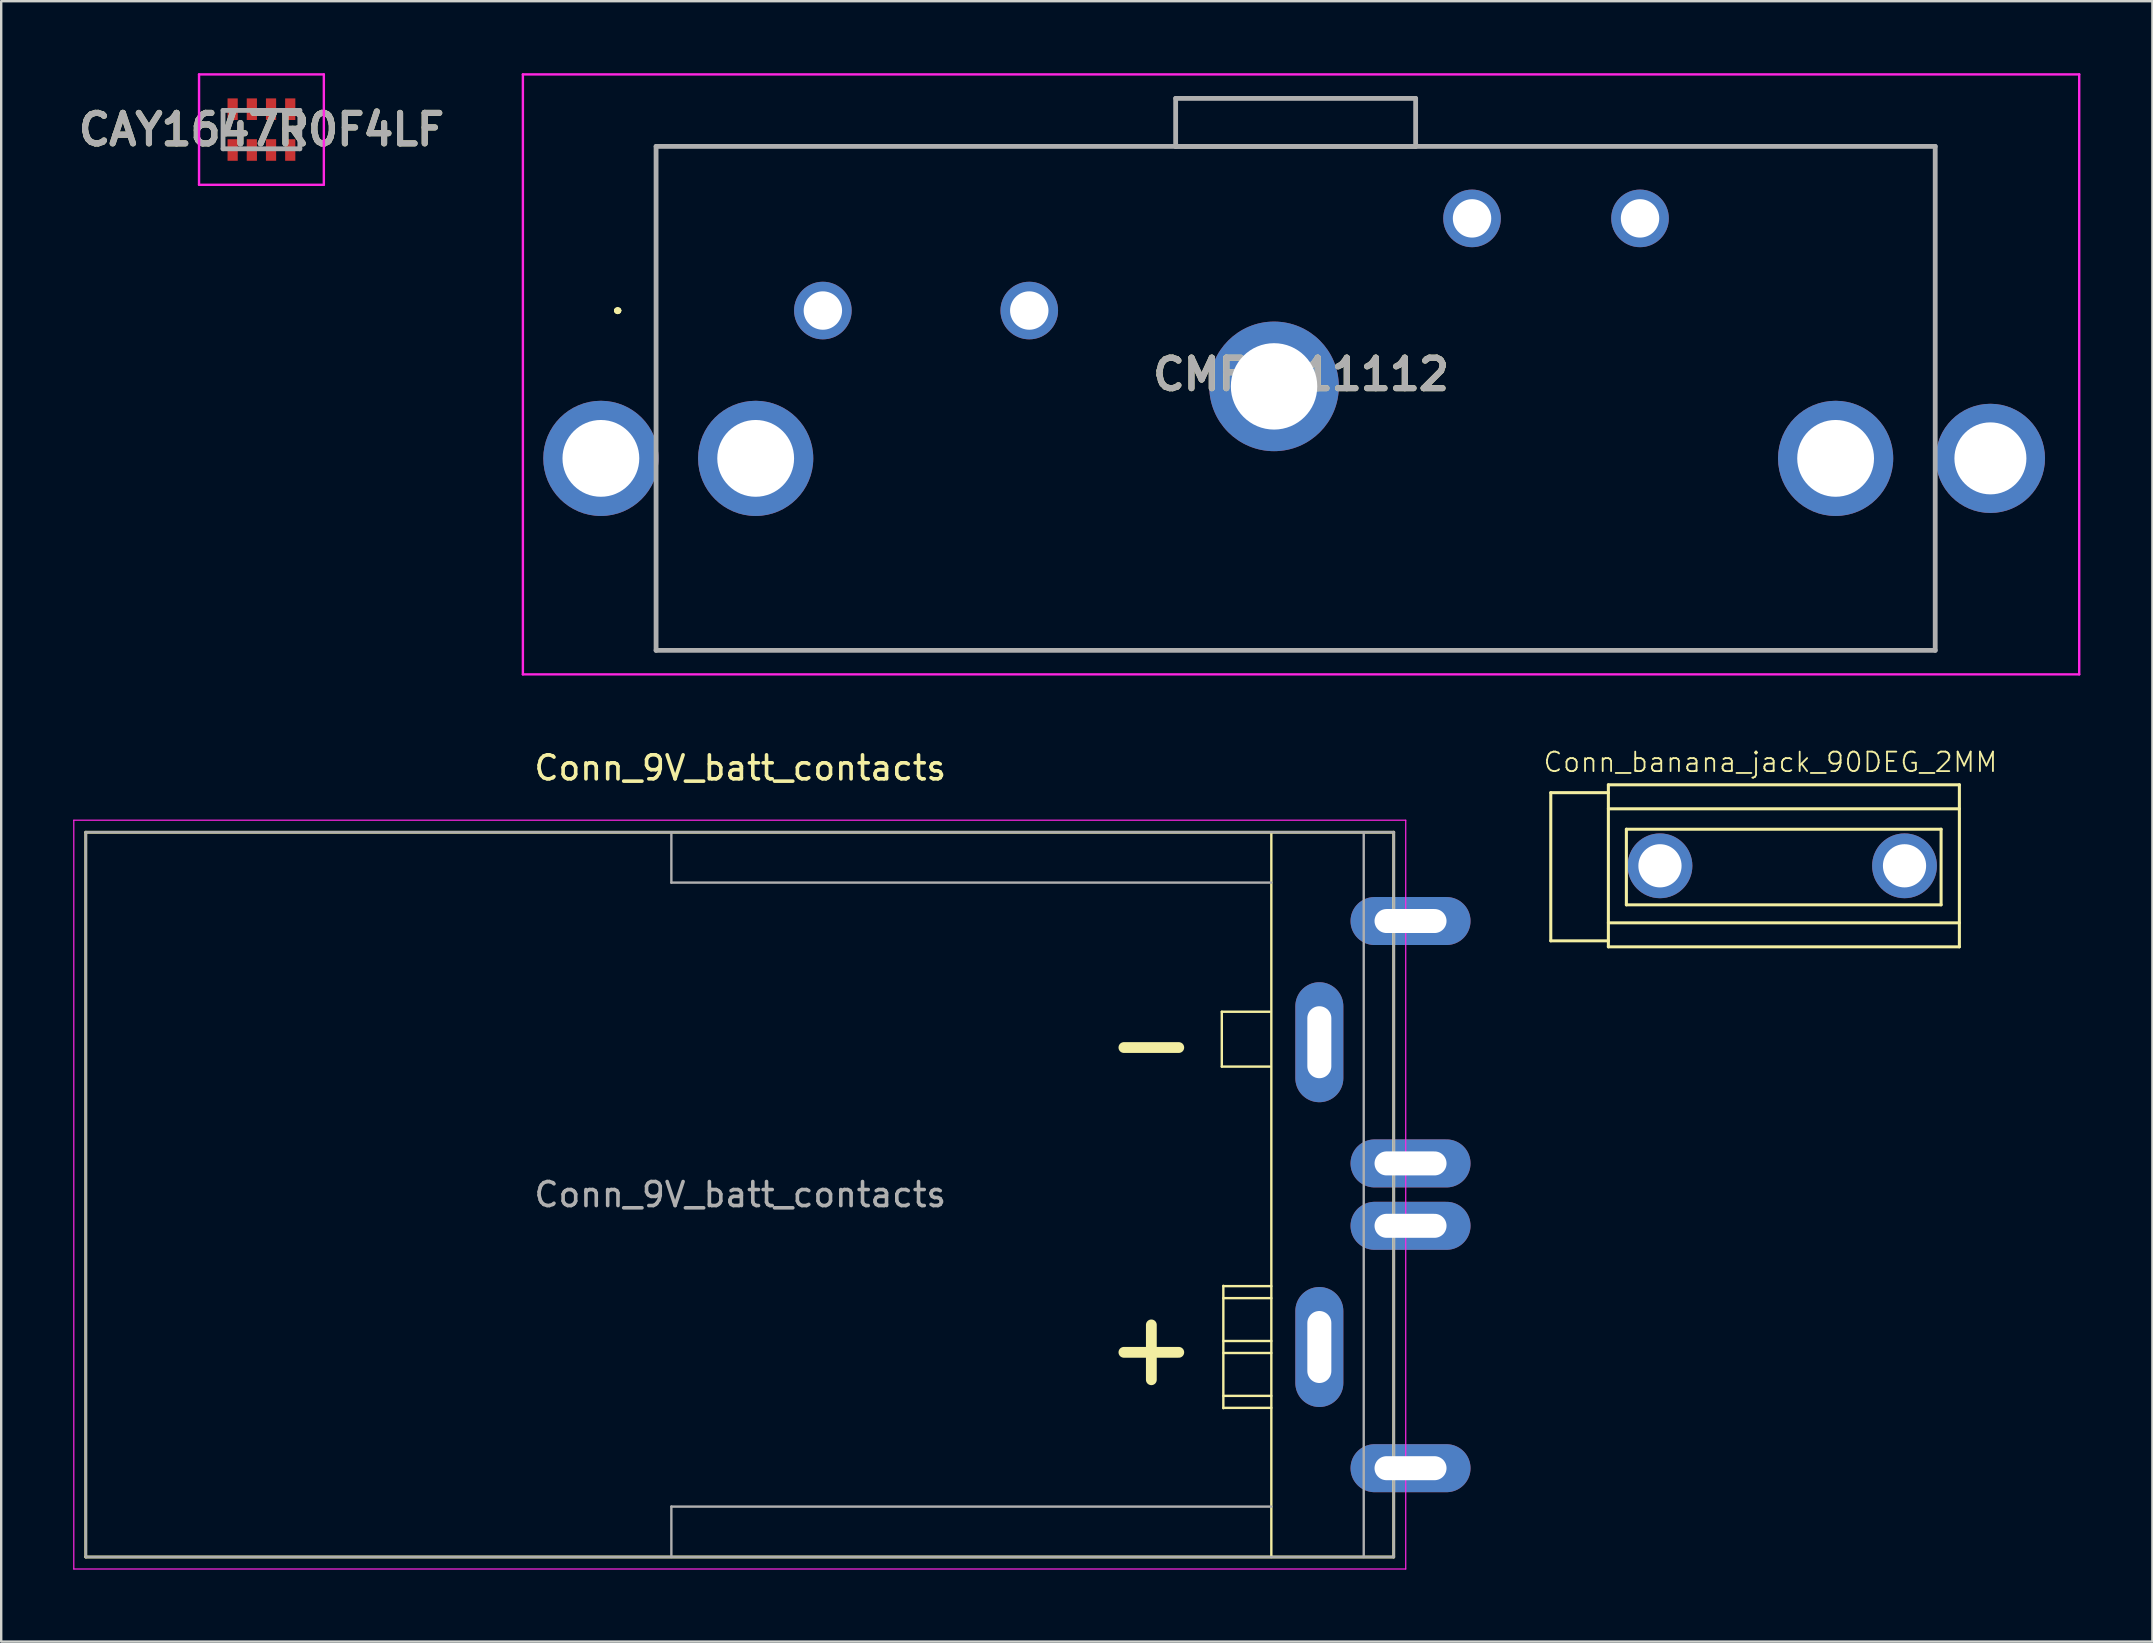
<source format=kicad_pcb>
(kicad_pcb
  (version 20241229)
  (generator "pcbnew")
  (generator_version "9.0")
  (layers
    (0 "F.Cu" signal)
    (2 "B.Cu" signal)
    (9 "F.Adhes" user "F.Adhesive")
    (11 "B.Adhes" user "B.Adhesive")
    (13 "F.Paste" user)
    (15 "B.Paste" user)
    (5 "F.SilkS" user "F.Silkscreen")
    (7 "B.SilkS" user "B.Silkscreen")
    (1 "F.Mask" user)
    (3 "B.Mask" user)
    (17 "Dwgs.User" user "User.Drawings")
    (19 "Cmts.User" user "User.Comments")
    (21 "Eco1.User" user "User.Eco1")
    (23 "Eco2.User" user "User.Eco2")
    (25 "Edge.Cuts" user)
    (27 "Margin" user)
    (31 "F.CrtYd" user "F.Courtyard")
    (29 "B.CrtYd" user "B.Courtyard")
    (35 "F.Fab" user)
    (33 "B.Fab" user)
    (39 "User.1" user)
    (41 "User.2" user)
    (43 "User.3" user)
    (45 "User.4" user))
  (footprint "Conn_banana_jack_90DEG_2MM"
    (layer "F.Cu")
    (at 73.769 31.503)
    (property "Reference" "Conn_banana_jack_90DEG_2MM" (at -3.048 -2.794 0) (layer "F.SilkS") (effects (font (size 0.813 0.813) (thickness 0.076))))
    (attr through_hole)
    (fp_line (start -12.2 -1.524) (end -12.2 4.65) (stroke (width 0.127) (type solid)) (layer "F.SilkS"))
    (fp_line (start -12.2 4.65) (end -9.8 4.65) (stroke (width 0.127) (type solid)) (layer "F.SilkS"))
    (fp_line (start -9.8 -1.852) (end -9.8 4.9) (stroke (width 0.127) (type solid)) (layer "F.SilkS"))
    (fp_line (start -9.8 -1.524) (end -12.2 -1.524) (stroke (width 0.127) (type solid)) (layer "F.SilkS"))
    (fp_line (start -9.8 -0.852) (end 4.826 -0.852) (stroke (width 0.127) (type solid)) (layer "F.SilkS"))
    (fp_line (start -9.8 3.9) (end 4.826 3.9) (stroke (width 0.127) (type solid)) (layer "F.SilkS"))
    (fp_line (start -9.8 4.9) (end 4.826 4.9) (stroke (width 0.127) (type solid)) (layer "F.SilkS"))
    (fp_line (start -9.05 0) (end 4.064 0) (stroke (width 0.127) (type solid)) (layer "F.SilkS"))
    (fp_line (start -9.05 3.15) (end -9.05 0) (stroke (width 0.127) (type solid)) (layer "F.SilkS"))
    (fp_line (start 4.064 0) (end 4.064 3.15) (stroke (width 0.127) (type solid)) (layer "F.SilkS"))
    (fp_line (start 4.064 3.15) (end -9.05 3.15) (stroke (width 0.127) (type solid)) (layer "F.SilkS"))
    (fp_line (start 4.826 -1.852) (end -9.8 -1.852) (stroke (width 0.127) (type solid)) (layer "F.SilkS"))
    (fp_line (start 4.826 4.9) (end 4.826 -1.852) (stroke (width 0.127) (type solid)) (layer "F.SilkS"))
    (pad "1" thru_hole circle (at -7.65 1.524) (size 2.7 2.7) (drill 1.8) (layers "*.Cu" "*.Mask"))
    (pad "1" thru_hole circle (at 2.54 1.524) (size 2.7 2.7) (drill 1.8) (layers "*.Cu" "*.Mask")))
  (footprint "Conn_9V_batt_contacts"
    (layer "F.Cu")
    (at 51.925 53.078)
    (property "Reference" "Conn_9V_batt_contacts" (at -24.13 -24.13 0) (layer "F.SilkS") (effects (font (size 1 1) (thickness 0.15))))
    (attr through_hole)
    (fp_line (start -51.4 -21.45) (end 3.1 -21.45) (stroke (width 0.12) (type solid)) (layer "F.SilkS"))
    (fp_line (start -51.4 8.75) (end -51.4 -21.45) (stroke (width 0.12) (type solid)) (layer "F.SilkS"))
    (fp_line (start -4.064 -13.97) (end -4.064 -11.684) (stroke (width 0.1) (type solid)) (layer "F.SilkS"))
    (fp_line (start -4 -2.55) (end -4 2.55) (stroke (width 0.1) (type solid)) (layer "F.SilkS"))
    (fp_line (start -4 -2.036) (end -2 -2.036) (stroke (width 0.1) (type solid)) (layer "F.SilkS"))
    (fp_line (start -4 0.25) (end -2 0.25) (stroke (width 0.1) (type solid)) (layer "F.SilkS"))
    (fp_line (start -4 2.536) (end -2 2.536) (stroke (width 0.1) (type solid)) (layer "F.SilkS"))
    (fp_line (start -2.064 -13.97) (end -4.064 -13.97) (stroke (width 0.1) (type solid)) (layer "F.SilkS"))
    (fp_line (start -2.064 -11.684) (end -4.064 -11.684) (stroke (width 0.1) (type solid)) (layer "F.SilkS"))
    (fp_line (start -2 -21.45) (end -2 8.75) (stroke (width 0.1) (type solid)) (layer "F.SilkS"))
    (fp_line (start -2 -2.536) (end -4 -2.536) (stroke (width 0.1) (type solid)) (layer "F.SilkS"))
    (fp_line (start -2 -0.25) (end -4 -0.25) (stroke (width 0.1) (type solid)) (layer "F.SilkS"))
    (fp_line (start -2 2.036) (end -4 2.036) (stroke (width 0.1) (type solid)) (layer "F.SilkS"))
    (fp_line (start 3.1 -21.45) (end 3.1 8.75) (stroke (width 0.12) (type solid)) (layer "F.SilkS"))
    (fp_line (start 3.1 8.75) (end -51.4 8.75) (stroke (width 0.12) (type solid)) (layer "F.SilkS"))
    (fp_line (start -51.9 -21.95) (end 3.6 -21.95) (stroke (width 0.05) (type solid)) (layer "F.CrtYd"))
    (fp_line (start -51.9 9.25) (end -51.9 -21.95) (stroke (width 0.05) (type solid)) (layer "F.CrtYd"))
    (fp_line (start 3.6 -21.95) (end 3.6 9.25) (stroke (width 0.05) (type solid)) (layer "F.CrtYd"))
    (fp_line (start 3.6 9.25) (end -51.9 9.25) (stroke (width 0.05) (type solid)) (layer "F.CrtYd"))
    (fp_line (start -51.4 -21.45) (end 3.1 -21.45) (stroke (width 0.1) (type solid)) (layer "F.Fab"))
    (fp_line (start -51.4 8.75) (end -51.4 -21.45) (stroke (width 0.1) (type solid)) (layer "F.Fab"))
    (fp_line (start -27 -19.35) (end -27 -21.45) (stroke (width 0.1) (type solid)) (layer "F.Fab"))
    (fp_line (start -27 6.65) (end -27 8.75) (stroke (width 0.1) (type solid)) (layer "F.Fab"))
    (fp_line (start -2 -19.35) (end -27 -19.35) (stroke (width 0.1) (type solid)) (layer "F.Fab"))
    (fp_line (start -2 6.65) (end -27 6.65) (stroke (width 0.1) (type solid)) (layer "F.Fab"))
    (fp_line (start 1.85 8.75) (end 1.85 -21.45) (stroke (width 0.1) (type solid)) (layer "F.Fab"))
    (fp_line (start 3.1 -21.45) (end 3.1 8.75) (stroke (width 0.1) (type solid)) (layer "F.Fab"))
    (fp_line (start 3.1 8.75) (end -51.4 8.75) (stroke (width 0.1) (type solid)) (layer "F.Fab"))
    (fp_text user "+" (at -7 0 0) (layer "F.SilkS") (effects (font (size 3 3) (thickness 0.45))))
    (fp_text user "-" (at -7 -12.7 0) (layer "F.SilkS") (effects (font (size 3 3) (thickness 0.45))))
    (fp_text user "${REFERENCE}" (at -24.13 -6.35 180) (layer "F.Fab") (effects (font (size 1 1) (thickness 0.15))))
    (pad "1" thru_hole oval (at 0 0 180) (size 2 5) (drill oval 1 3) (layers "*.Cu" "*.Mask"))
    (pad "1" thru_hole oval (at 3.8 -5.05 90) (size 2 5) (drill oval 1 3) (layers "*.Cu" "*.Mask"))
    (pad "1" thru_hole oval (at 3.8 5.05 90) (size 2 5) (drill oval 1 3) (layers "*.Cu" "*.Mask"))
    (pad "2" thru_hole oval (at 0 -12.7 180) (size 2 5) (drill oval 1 3) (layers "*.Cu" "*.Mask"))
    (pad "2" thru_hole oval (at 3.8 -17.75 90) (size 2 5) (drill oval 1 3) (layers "*.Cu" "*.Mask"))
    (pad "2" thru_hole oval (at 3.8 -7.65 90) (size 2 5) (drill oval 1 3) (layers "*.Cu" "*.Mask")))
  (footprint "CAY1647R0F4LF"
    (layer "F.Cu")
    (at 7.844 2.35)
    (property "Reference" "CAY1647R0F4LF" (at 0 0 0) (layer "F.SilkS") (effects (font (size 1.27 1.27) (thickness 0.254))))
    (attr smd)
    (fp_line (start -1.6 -0.85) (end -1.6 0.8) (stroke (width 0.1) (type solid)) (layer "F.SilkS"))
    (fp_line (start 1.6 -0.85) (end 1.6 0.8) (stroke (width 0.1) (type solid)) (layer "F.SilkS"))
    (fp_line (start -2.6 -2.3) (end 2.6 -2.3) (stroke (width 0.1) (type solid)) (layer "F.CrtYd"))
    (fp_line (start -2.6 2.3) (end -2.6 -2.3) (stroke (width 0.1) (type solid)) (layer "F.CrtYd"))
    (fp_line (start 2.6 -2.3) (end 2.6 2.3) (stroke (width 0.1) (type solid)) (layer "F.CrtYd"))
    (fp_line (start 2.6 2.3) (end -2.6 2.3) (stroke (width 0.1) (type solid)) (layer "F.CrtYd"))
    (fp_line (start -1.6 -0.8) (end 1.6 -0.8) (stroke (width 0.2) (type solid)) (layer "F.Fab"))
    (fp_line (start -1.6 0.8) (end -1.6 -0.8) (stroke (width 0.2) (type solid)) (layer "F.Fab"))
    (fp_line (start 1.6 -0.8) (end 1.6 0.8) (stroke (width 0.2) (type solid)) (layer "F.Fab"))
    (fp_line (start 1.6 0.8) (end -1.6 0.8) (stroke (width 0.2) (type solid)) (layer "F.Fab"))
    (fp_text user "${REFERENCE}" (at 0 0 0) (layer "F.Fab") (effects (font (size 1.27 1.27) (thickness 0.254))))
    (pad "1" smd rect (at -1.2 0.85) (size 0.425 0.9) (layers "F.Cu" "F.Mask" "F.Paste"))
    (pad "2" smd rect (at -0.4 0.85) (size 0.425 0.9) (layers "F.Cu" "F.Mask" "F.Paste"))
    (pad "3" smd rect (at 0.4 0.85) (size 0.425 0.9) (layers "F.Cu" "F.Mask" "F.Paste"))
    (pad "4" smd rect (at 1.2 0.85) (size 0.425 0.9) (layers "F.Cu" "F.Mask" "F.Paste"))
    (pad "5" smd rect (at 1.2 -0.85) (size 0.425 0.9) (layers "F.Cu" "F.Mask" "F.Paste"))
    (pad "6" smd rect (at 0.4 -0.85) (size 0.425 0.9) (layers "F.Cu" "F.Mask" "F.Paste"))
    (pad "7" smd rect (at -0.4 -0.85) (size 0.425 0.9) (layers "F.Cu" "F.Mask" "F.Paste"))
    (pad "8" smd rect (at -1.2 -0.85) (size 0.425 0.9) (layers "F.Cu" "F.Mask" "F.Paste")))
  (footprint "CMF1111112"
    (layer "F.Cu")
    (at 31.238 9.89)
    (property "Reference" "CMF1111112" (at 19.925 2.66 0) (layer "F.SilkS") (effects (font (size 1.27 1.27) (thickness 0.254))))
    (attr through_hole)
    (fp_line (start -8.6 0) (end -8.6 0) (stroke (width 0.2) (type solid)) (layer "F.SilkS"))
    (fp_line (start -8.6 0) (end -8.6 0) (stroke (width 0.2) (type solid)) (layer "F.SilkS"))
    (fp_line (start -8.5 0) (end -8.5 0) (stroke (width 0.2) (type solid)) (layer "F.SilkS"))
    (fp_line (start -6.95 -6.84) (end 46 -6.84) (stroke (width 0.1) (type solid)) (layer "F.SilkS"))
    (fp_line (start -6.95 5) (end -6.95 -6.84) (stroke (width 0.1) (type solid)) (layer "F.SilkS"))
    (fp_line (start -6.95 8) (end -6.95 14) (stroke (width 0.1) (type solid)) (layer "F.SilkS"))
    (fp_line (start -6.95 14) (end -6.95 14.16) (stroke (width 0.1) (type solid)) (layer "F.SilkS"))
    (fp_line (start -6.95 14.16) (end 46.35 14.16) (stroke (width 0.1) (type solid)) (layer "F.SilkS"))
    (fp_line (start 46 -6.84) (end 46.35 -6.84) (stroke (width 0.1) (type solid)) (layer "F.SilkS"))
    (fp_line (start 46.35 -6.84) (end 46.35 5) (stroke (width 0.1) (type solid)) (layer "F.SilkS"))
    (fp_line (start 46.35 14.16) (end 46.35 8) (stroke (width 0.1) (type solid)) (layer "F.SilkS"))
    (fp_arc (start -8.6 0) (mid -8.55 -0.05) (end -8.5 0) (stroke (width 0.2) (type solid)) (layer "F.SilkS"))
    (fp_arc (start -8.5 0) (mid -8.55 0.05) (end -8.6 0) (stroke (width 0.2) (type solid)) (layer "F.SilkS"))
    (fp_arc (start -8.5 0) (mid -8.55 0.05) (end -8.6 0) (stroke (width 0.2) (type solid)) (layer "F.SilkS"))
    (fp_line (start -12.5 -9.84) (end 52.35 -9.84) (stroke (width 0.1) (type solid)) (layer "F.CrtYd"))
    (fp_line (start -12.5 15.16) (end -12.5 -9.84) (stroke (width 0.1) (type solid)) (layer "F.CrtYd"))
    (fp_line (start 52.35 -9.84) (end 52.35 15.16) (stroke (width 0.1) (type solid)) (layer "F.CrtYd"))
    (fp_line (start 52.35 15.16) (end -12.5 15.16) (stroke (width 0.1) (type solid)) (layer "F.CrtYd"))
    (fp_line (start -6.95 -6.84) (end -6.95 14.16) (stroke (width 0.2) (type solid)) (layer "F.Fab"))
    (fp_line (start -6.95 14.16) (end 46.35 14.16) (stroke (width 0.2) (type solid)) (layer "F.Fab"))
    (fp_line (start 14.7 -8.84) (end 14.7 -6.84) (stroke (width 0.2) (type solid)) (layer "F.Fab"))
    (fp_line (start 14.7 -6.84) (end 24.7 -6.84) (stroke (width 0.2) (type solid)) (layer "F.Fab"))
    (fp_line (start 24.7 -8.84) (end 14.7 -8.84) (stroke (width 0.2) (type solid)) (layer "F.Fab"))
    (fp_line (start 24.7 -6.84) (end 24.7 -8.84) (stroke (width 0.2) (type solid)) (layer "F.Fab"))
    (fp_line (start 46.35 -6.84) (end -6.95 -6.84) (stroke (width 0.2) (type solid)) (layer "F.Fab"))
    (fp_line (start 46.35 14.16) (end 46.35 -6.84) (stroke (width 0.2) (type solid)) (layer "F.Fab"))
    (fp_text user "${REFERENCE}" (at 19.925 2.66 0) (layer "F.Fab") (effects (font (size 1.27 1.27) (thickness 0.254))))
    (pad "1" thru_hole circle (at 0 0) (size 2.4 2.4) (drill 1.6) (layers "*.Cu" "*.Mask"))
    (pad "2" thru_hole circle (at 8.6 0) (size 2.4 2.4) (drill 1.6) (layers "*.Cu" "*.Mask"))
    (pad "3" thru_hole circle (at 27.05 -3.84) (size 2.4 2.4) (drill 1.6) (layers "*.Cu" "*.Mask"))
    (pad "4" thru_hole circle (at 34.05 -3.84) (size 2.4 2.4) (drill 1.6) (layers "*.Cu" "*.Mask"))
    (pad "MH1" thru_hole circle (at -9.25 6.16) (size 4.8 4.8) (drill 3.2) (layers "*.Cu" "*.Mask"))
    (pad "MH2" thru_hole circle (at -2.8 6.16) (size 4.8 4.8) (drill 3.2) (layers "*.Cu" "*.Mask"))
    (pad "MH3" thru_hole circle (at 42.2 6.16) (size 4.8 4.8) (drill 3.2) (layers "*.Cu" "*.Mask"))
    (pad "MH4" thru_hole circle (at 48.65 6.16) (size 4.55 4.55) (drill 3) (layers "*.Cu" "*.Mask"))
    (pad "MH5" thru_hole circle (at 18.8 3.16) (size 5.4 5.4) (drill 3.6) (layers "*.Cu" "*.Mask")))
  (gr_rect
    (start -3 -3)
    (end 86.638 65.353)
    (stroke (width 0.1) (type default))
    (fill no)
    (layer "Edge.Cuts")))
</source>
